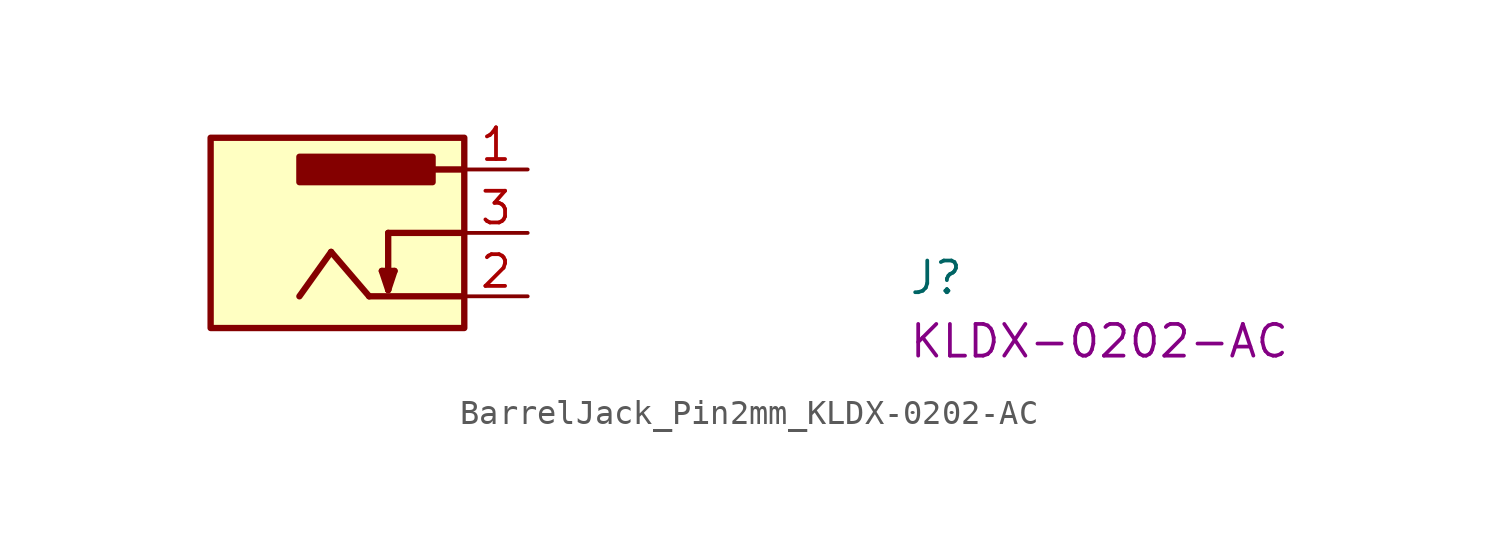
<source format=kicad_sym>
(kicad_symbol_lib
  (version 20220914)
  (generator kicad_symbol_editor)
  (symbol "BarrelJack_Pin2mm_KLDX-0202-AC"
    (property "Reference" "J"
      (at 15.24 -5.08 0)
      (effects (font (size 1.27 1.27) (thickness 0.15)) (justify left bottom)))
    (property "MPN" "KLDX-0202-AC"
      (at 15.24 -7.62 0)
      (effects (font (size 1.27 1.27) (thickness 0.15)) (justify left bottom)))
    (symbol "BarrelJack_Pin2mm_KLDX-0202-AC_1_1"
      (rectangle (start -12.7 1.27) (end -2.54 -6.35) (stroke (width 0.254) (type default)) (fill (type background)))
      (rectangle (start -9.144 0.508) (end -3.81 -0.508) (stroke (width 0.254) (type default)) (fill (type outline)))
      (polyline (pts (xy -7.874 -3.302) (xy -9.144 -5.08)) (stroke (width 0.254) (type default)) (fill (type background)))
      (polyline (pts (xy -6.35 -5.08) (xy -7.874 -3.302)) (stroke (width 0.254) (type default)) (fill (type background)))
      (polyline (pts (xy -5.842 -4.064) (xy -5.334 -4.064)) (stroke (width 0.254) (type default)) (fill (type background)))
      (polyline (pts (xy -5.588 -4.826) (xy -5.842 -4.064)) (stroke (width 0.254) (type default)) (fill (type background)))
      (polyline (pts (xy -5.588 -2.54) (xy -5.588 -4.826)) (stroke (width 0.254) (type default)) (fill (type background)))
      (polyline (pts (xy -5.334 -4.064) (xy -5.588 -4.826)) (stroke (width 0.254) (type default)) (fill (type background)))
      (polyline (pts (xy -2.54 -5.08) (xy -6.35 -5.08)) (stroke (width 0.254) (type default)) (fill (type background)))
      (polyline (pts (xy -2.54 -2.54) (xy -5.588 -2.54)) (stroke (width 0.254) (type default)) (fill (type background)))
      (polyline (pts (xy -2.54 0) (xy -3.81 0)) (stroke (width 0.254) (type default)) (fill (type background)))
      (pin passive line (at 0 0 180) (length 2.54) (name "~" (effects (font (size 1.27 1.27)))) (number "1" (effects (font (size 1.27 1.27)))))
      (pin passive line (at 0 -5.08 180) (length 2.54) (name "~" (effects (font (size 1.27 1.27)))) (number "2" (effects (font (size 1.27 1.27)))))
      (pin passive line (at 0 -2.54 180) (length 2.54) (name "~" (effects (font (size 1.27 1.27)))) (number "3" (effects (font (size 1.27 1.27))))))))
</source>
